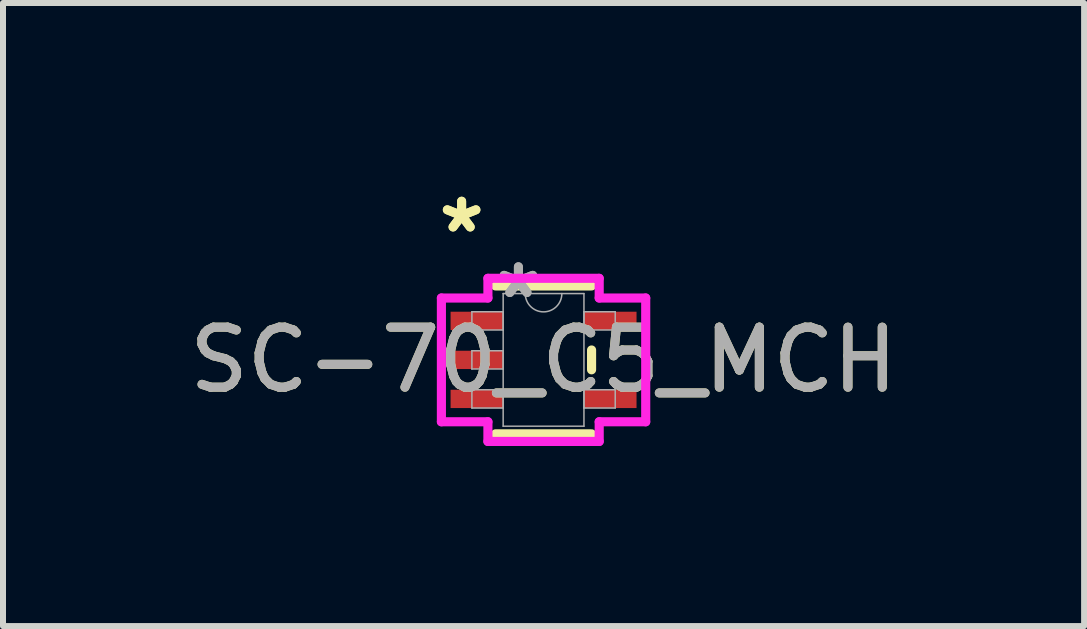
<source format=kicad_pcb>
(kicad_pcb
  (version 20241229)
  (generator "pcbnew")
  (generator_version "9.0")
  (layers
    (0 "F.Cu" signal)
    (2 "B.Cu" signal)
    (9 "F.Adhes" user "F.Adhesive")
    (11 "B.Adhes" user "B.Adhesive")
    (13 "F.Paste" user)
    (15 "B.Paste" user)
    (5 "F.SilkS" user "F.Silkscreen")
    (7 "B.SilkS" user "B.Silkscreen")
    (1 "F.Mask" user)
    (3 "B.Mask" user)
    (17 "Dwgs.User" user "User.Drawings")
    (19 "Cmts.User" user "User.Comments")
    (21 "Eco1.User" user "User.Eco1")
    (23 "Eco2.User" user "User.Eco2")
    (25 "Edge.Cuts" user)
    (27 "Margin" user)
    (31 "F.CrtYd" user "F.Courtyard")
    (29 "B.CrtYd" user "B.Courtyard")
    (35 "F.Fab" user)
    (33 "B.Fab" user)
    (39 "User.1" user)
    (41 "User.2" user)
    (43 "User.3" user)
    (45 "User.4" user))
  (footprint "SC-70_C5_MCH"
    (layer "F.Cu")
    (at 6.006 2.946)
    (property "Reference" "SC-70_C5_MCH" (at 0 0 0) (unlocked yes) (layer "F.SilkS") (effects (font (size 1 1) (thickness 0.15))))
    (attr smd)
    (fp_line (start -0.8 1.232) (end 0.8 1.232) (stroke (width 0.152) (type solid)) (layer "F.SilkS"))
    (fp_line (start 0.8 -1.232) (end -0.8 -1.232) (stroke (width 0.152) (type solid)) (layer "F.SilkS"))
    (fp_line (start 0.8 0.165) (end 0.8 -0.165) (stroke (width 0.152) (type solid)) (layer "F.SilkS"))
    (fp_line (start -1.702 -1.031) (end -0.927 -1.031) (stroke (width 0.152) (type solid)) (layer "F.CrtYd"))
    (fp_line (start -1.702 1.031) (end -1.702 -1.031) (stroke (width 0.152) (type solid)) (layer "F.CrtYd"))
    (fp_line (start -0.927 -1.359) (end 0.927 -1.359) (stroke (width 0.152) (type solid)) (layer "F.CrtYd"))
    (fp_line (start -0.927 -1.031) (end -0.927 -1.359) (stroke (width 0.152) (type solid)) (layer "F.CrtYd"))
    (fp_line (start -0.927 1.031) (end -1.702 1.031) (stroke (width 0.152) (type solid)) (layer "F.CrtYd"))
    (fp_line (start -0.927 1.359) (end -0.927 1.031) (stroke (width 0.152) (type solid)) (layer "F.CrtYd"))
    (fp_line (start 0.927 -1.359) (end 0.927 -1.031) (stroke (width 0.152) (type solid)) (layer "F.CrtYd"))
    (fp_line (start 0.927 -1.031) (end 1.702 -1.031) (stroke (width 0.152) (type solid)) (layer "F.CrtYd"))
    (fp_line (start 0.927 1.031) (end 0.927 1.359) (stroke (width 0.152) (type solid)) (layer "F.CrtYd"))
    (fp_line (start 0.927 1.359) (end -0.927 1.359) (stroke (width 0.152) (type solid)) (layer "F.CrtYd"))
    (fp_line (start 1.702 -1.031) (end 1.702 1.031) (stroke (width 0.152) (type solid)) (layer "F.CrtYd"))
    (fp_line (start 1.702 1.031) (end 0.927 1.031) (stroke (width 0.152) (type solid)) (layer "F.CrtYd"))
    (fp_line (start -1.194 -0.802) (end -1.194 -0.498) (stroke (width 0.025) (type solid)) (layer "F.Fab"))
    (fp_line (start -1.194 -0.498) (end -0.673 -0.498) (stroke (width 0.025) (type solid)) (layer "F.Fab"))
    (fp_line (start -1.194 -0.152) (end -1.194 0.152) (stroke (width 0.025) (type solid)) (layer "F.Fab"))
    (fp_line (start -1.194 0.152) (end -0.673 0.152) (stroke (width 0.025) (type solid)) (layer "F.Fab"))
    (fp_line (start -1.194 0.498) (end -1.194 0.802) (stroke (width 0.025) (type solid)) (layer "F.Fab"))
    (fp_line (start -1.194 0.802) (end -0.673 0.802) (stroke (width 0.025) (type solid)) (layer "F.Fab"))
    (fp_line (start -0.673 -1.105) (end -0.673 1.105) (stroke (width 0.025) (type solid)) (layer "F.Fab"))
    (fp_line (start -0.673 -0.802) (end -1.194 -0.802) (stroke (width 0.025) (type solid)) (layer "F.Fab"))
    (fp_line (start -0.673 -0.498) (end -0.673 -0.802) (stroke (width 0.025) (type solid)) (layer "F.Fab"))
    (fp_line (start -0.673 -0.152) (end -1.194 -0.152) (stroke (width 0.025) (type solid)) (layer "F.Fab"))
    (fp_line (start -0.673 0.152) (end -0.673 -0.152) (stroke (width 0.025) (type solid)) (layer "F.Fab"))
    (fp_line (start -0.673 0.498) (end -1.194 0.498) (stroke (width 0.025) (type solid)) (layer "F.Fab"))
    (fp_line (start -0.673 0.802) (end -0.673 0.498) (stroke (width 0.025) (type solid)) (layer "F.Fab"))
    (fp_line (start -0.673 1.105) (end 0.673 1.105) (stroke (width 0.025) (type solid)) (layer "F.Fab"))
    (fp_line (start 0.673 -1.105) (end -0.673 -1.105) (stroke (width 0.025) (type solid)) (layer "F.Fab"))
    (fp_line (start 0.673 -0.802) (end 0.673 -0.498) (stroke (width 0.025) (type solid)) (layer "F.Fab"))
    (fp_line (start 0.673 -0.498) (end 1.194 -0.498) (stroke (width 0.025) (type solid)) (layer "F.Fab"))
    (fp_line (start 0.673 0.498) (end 0.673 0.802) (stroke (width 0.025) (type solid)) (layer "F.Fab"))
    (fp_line (start 0.673 0.802) (end 1.194 0.802) (stroke (width 0.025) (type solid)) (layer "F.Fab"))
    (fp_line (start 0.673 1.105) (end 0.673 -1.105) (stroke (width 0.025) (type solid)) (layer "F.Fab"))
    (fp_line (start 1.194 -0.802) (end 0.673 -0.802) (stroke (width 0.025) (type solid)) (layer "F.Fab"))
    (fp_line (start 1.194 -0.498) (end 1.194 -0.802) (stroke (width 0.025) (type solid)) (layer "F.Fab"))
    (fp_line (start 1.194 0.498) (end 0.673 0.498) (stroke (width 0.025) (type solid)) (layer "F.Fab"))
    (fp_line (start 1.194 0.802) (end 1.194 0.498) (stroke (width 0.025) (type solid)) (layer "F.Fab"))
    (fp_arc (start 0.3048 -1.1049) (mid 0 -0.8001) (end -0.3048 -1.1049) (stroke (width 0.0254) (type solid)) (layer "F.Fab"))
    (fp_text user "*" (at -1.365 -2.098 0) (unlocked yes) (layer "F.SilkS") (effects (font (size 1 1) (thickness 0.15))))
    (fp_text user "*" (at -1.365 -2.098 0) (layer "F.SilkS") (effects (font (size 1 1) (thickness 0.15))))
    (fp_text user "*" (at -0.419 -1.006 0) (unlocked yes) (layer "F.Fab") (effects (font (size 1 1) (thickness 0.15))))
    (fp_text user "${REFERENCE}" (at 0 0 0) (unlocked yes) (layer "F.Fab") (effects (font (size 1 1) (thickness 0.15))))
    (fp_text user "*" (at -0.419 -1.006 0) (layer "F.Fab") (effects (font (size 1 1) (thickness 0.15))))
    (pad "1" smd rect (at -1.111 -0.65) (size 0.876 0.305) (layers "F.Cu" "F.Mask" "F.Paste"))
    (pad "2" smd rect (at -1.111 0) (size 0.876 0.305) (layers "F.Cu" "F.Mask" "F.Paste"))
    (pad "3" smd rect (at -1.111 0.65) (size 0.876 0.305) (layers "F.Cu" "F.Mask" "F.Paste"))
    (pad "4" smd rect (at 1.111 0.65) (size 0.876 0.305) (layers "F.Cu" "F.Mask" "F.Paste"))
    (pad "5" smd rect (at 1.111 -0.65) (size 0.876 0.305) (layers "F.Cu" "F.Mask" "F.Paste")))
  (gr_rect
    (start -3 -3)
    (end 15.012 7.381)
    (stroke (width 0.1) (type default))
    (fill no)
    (layer "Edge.Cuts")))
</source>
